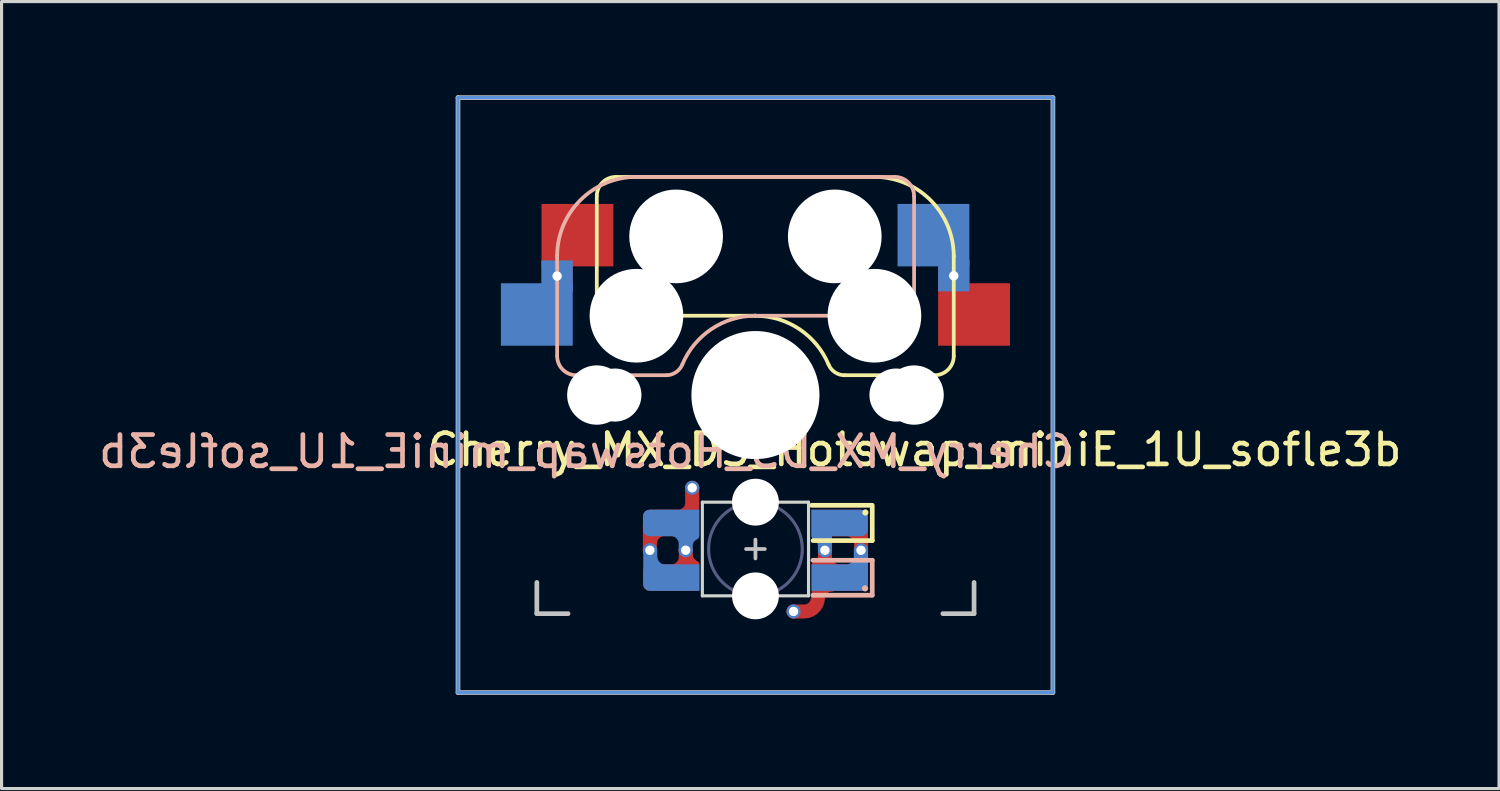
<source format=kicad_pcb>
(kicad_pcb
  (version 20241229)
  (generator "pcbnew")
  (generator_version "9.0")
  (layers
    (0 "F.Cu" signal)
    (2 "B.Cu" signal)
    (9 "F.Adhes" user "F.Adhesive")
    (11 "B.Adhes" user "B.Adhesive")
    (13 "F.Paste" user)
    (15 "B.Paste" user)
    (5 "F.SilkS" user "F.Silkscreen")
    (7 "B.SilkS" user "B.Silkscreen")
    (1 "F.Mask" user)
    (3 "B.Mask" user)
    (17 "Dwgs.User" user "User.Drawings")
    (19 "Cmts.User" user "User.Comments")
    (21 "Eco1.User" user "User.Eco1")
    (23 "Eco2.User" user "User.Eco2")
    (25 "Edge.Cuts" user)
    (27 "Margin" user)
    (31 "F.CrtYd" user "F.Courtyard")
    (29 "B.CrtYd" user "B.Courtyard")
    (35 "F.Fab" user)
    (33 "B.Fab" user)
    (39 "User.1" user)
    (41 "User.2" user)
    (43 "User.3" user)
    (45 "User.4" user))
  (footprint "Cherry_MX_DS_Hotswap_miniE_1U_sofle3b"
    (layer "F.Cu")
    (at 21.14 9.6)
    (property "Reference" "Cherry_MX_DS_Hotswap_miniE_1U_sofle3b" (at -5.42 1.81 0) (layer "B.SilkS") (effects (font (size 1 1) (thickness 0.15)) (justify mirror)))
    (attr through_hole)
    (fp_line (start -5.08 -6.36) (end -5.08 -2.54) (stroke (width 0.12) (type solid)) (layer "F.SilkS"))
    (fp_line (start -5.08 -2.54) (end -5.08 -2.54) (stroke (width 0.12) (type solid)) (layer "F.SilkS"))
    (fp_line (start -5.08 -2.54) (end -5.08 -2.54) (stroke (width 0.12) (type solid)) (layer "F.SilkS"))
    (fp_line (start -4.46 -6.985) (end 3.81 -6.985) (stroke (width 0.12) (type solid)) (layer "F.SilkS"))
    (fp_line (start 0 -2.54) (end -5.08 -2.54) (stroke (width 0.12) (type solid)) (layer "F.SilkS"))
    (fp_line (start 0 -2.54) (end 0 -2.54) (stroke (width 0.12) (type solid)) (layer "F.SilkS"))
    (fp_line (start 1.8 3.53) (end 3.724 3.53) (stroke (width 0.15) (type solid)) (layer "F.SilkS"))
    (fp_line (start 2.86 -0.635) (end 5.72 -0.635) (stroke (width 0.12) (type solid)) (layer "F.SilkS"))
    (fp_line (start 3.74 3.53) (end 3.74 4.66) (stroke (width 0.15) (type solid)) (layer "F.SilkS"))
    (fp_line (start 3.74 4.66) (end 1.846 4.66) (stroke (width 0.15) (type solid)) (layer "F.SilkS"))
    (fp_line (start 3.81 -6.985) (end 3.81 -6.985) (stroke (width 0.12) (type solid)) (layer "F.SilkS"))
    (fp_line (start 6.35 -4.445) (end 6.35 -4.445) (stroke (width 0.12) (type solid)) (layer "F.SilkS"))
    (fp_line (start 6.35 -1.25) (end 6.35 -4.445) (stroke (width 0.12) (type solid)) (layer "F.SilkS"))
    (fp_arc (start -5.08 -6.37) (mid -4.899871 -6.804871) (end -4.465 -6.985) (stroke (width 0.12) (type default)) (layer "F.SilkS"))
    (fp_arc (start 0 -2.536928) (mid 1.405313 -2.11213) (end 2.34 -0.98) (stroke (width 0.12) (type solid)) (layer "F.SilkS"))
    (fp_arc (start 2.859999 -0.633863) (mid 2.547381 -0.727883) (end 2.34 -0.98) (stroke (width 0.12) (type default)) (layer "F.SilkS"))
    (fp_arc (start 3.81 -6.985) (mid 5.606051 -6.241051) (end 6.35 -4.445) (stroke (width 0.12) (type solid)) (layer "F.SilkS"))
    (fp_arc (start 6.350129 -1.25) (mid 6.169985 -0.815144) (end 5.735129 -0.635) (stroke (width 0.12) (type default)) (layer "F.SilkS"))
    (fp_circle (center 3.52 3.76) (end 3.62 3.76) (stroke (width 0) (type solid)) (fill yes) (layer "F.SilkS"))
    (fp_line (start -6.35 -4.445) (end -6.35 -4.445) (stroke (width 0.12) (type solid)) (layer "B.SilkS"))
    (fp_line (start -6.35 -4.445) (end -6.35 -1.26) (stroke (width 0.12) (type solid)) (layer "B.SilkS"))
    (fp_line (start -5.73 -0.635) (end -2.84 -0.635) (stroke (width 0.12) (type solid)) (layer "B.SilkS"))
    (fp_line (start -3.81 -6.985) (end -3.81 -6.985) (stroke (width 0.12) (type solid)) (layer "B.SilkS"))
    (fp_line (start -3.81 -6.985) (end 4.46 -6.985) (stroke (width 0.12) (type solid)) (layer "B.SilkS"))
    (fp_line (start 0 -2.54) (end 0 -2.54) (stroke (width 0.12) (type solid)) (layer "B.SilkS"))
    (fp_line (start 0 -2.54) (end 5.08 -2.54) (stroke (width 0.12) (type solid)) (layer "B.SilkS"))
    (fp_line (start 3.74 5.29) (end 1.84 5.29) (stroke (width 0.15) (type solid)) (layer "B.SilkS"))
    (fp_line (start 3.74 5.29) (end 3.74 6.41) (stroke (width 0.15) (type solid)) (layer "B.SilkS"))
    (fp_line (start 3.74 6.41) (end 1.84 6.41) (stroke (width 0.15) (type solid)) (layer "B.SilkS"))
    (fp_line (start 5.08 -6.37) (end 5.08 -2.54) (stroke (width 0.12) (type solid)) (layer "B.SilkS"))
    (fp_line (start 5.08 -2.54) (end 5.08 -2.54) (stroke (width 0.12) (type solid)) (layer "B.SilkS"))
    (fp_line (start 5.08 -2.54) (end 5.08 -2.54) (stroke (width 0.12) (type solid)) (layer "B.SilkS"))
    (fp_arc (start -6.35 -4.445) (mid -5.606051 -6.241051) (end -3.81 -6.985) (stroke (width 0.12) (type solid)) (layer "B.SilkS"))
    (fp_arc (start -5.735 -0.635) (mid -6.169871 -0.815129) (end -6.35 -1.25) (stroke (width 0.12) (type default)) (layer "B.SilkS"))
    (fp_arc (start -2.34 -0.983072) (mid -1.405313 -2.115202) (end 0 -2.54) (stroke (width 0.12) (type solid)) (layer "B.SilkS"))
    (fp_arc (start -2.34 -0.980845) (mid -2.539137 -0.734326) (end -2.840072 -0.635) (stroke (width 0.12) (type default)) (layer "B.SilkS"))
    (fp_arc (start 4.465129 -6.985) (mid 4.899999 -6.80487) (end 5.080129 -6.37) (stroke (width 0.12) (type default)) (layer "B.SilkS"))
    (fp_circle (center 3.51 6.19) (end 3.41 6.19) (stroke (width 0) (type solid)) (fill yes) (layer "B.SilkS"))
    (fp_line (start -9.525 -9.525) (end 9.525 -9.525) (stroke (width 0.15) (type solid)) (layer "Dwgs.User"))
    (fp_line (start -9.525 9.525) (end -9.525 -9.525) (stroke (width 0.15) (type solid)) (layer "Dwgs.User"))
    (fp_line (start -7 6) (end -7 7) (stroke (width 0.15) (type solid)) (layer "Dwgs.User"))
    (fp_line (start -7 7) (end -6 7) (stroke (width 0.15) (type solid)) (layer "Dwgs.User"))
    (fp_line (start -0.3 4.93) (end 0.3 4.93) (stroke (width 0.12) (type solid)) (layer "Dwgs.User"))
    (fp_line (start 0 4.63) (end 0 5.23) (stroke (width 0.12) (type solid)) (layer "Dwgs.User"))
    (fp_line (start 6 7) (end 7 7) (stroke (width 0.15) (type solid)) (layer "Dwgs.User"))
    (fp_line (start 7 7) (end 7 6) (stroke (width 0.15) (type solid)) (layer "Dwgs.User"))
    (fp_line (start 9.525 -9.525) (end 9.525 9.525) (stroke (width 0.15) (type solid)) (layer "Dwgs.User"))
    (fp_line (start 9.525 9.525) (end -9.525 9.525) (stroke (width 0.15) (type solid)) (layer "Dwgs.User"))
    (fp_line (start -9.525 -9.525) (end -9.525 9.525) (stroke (width 0.1) (type solid)) (layer "Cmts.User"))
    (fp_line (start 9.525 -9.525) (end -9.525 -9.525) (stroke (width 0.1) (type solid)) (layer "Cmts.User"))
    (fp_line (start 9.525 -9.525) (end 9.525 9.525) (stroke (width 0.1) (type solid)) (layer "Cmts.User"))
    (fp_line (start 9.525 9.525) (end -9.525 9.525) (stroke (width 0.1) (type solid)) (layer "Cmts.User"))
    (fp_line (start -1.7 6.43) (end -1.7 3.43) (stroke (width 0.1) (type solid)) (layer "Edge.Cuts"))
    (fp_line (start 1.7 3.43) (end -1.7 3.43) (stroke (width 0.1) (type solid)) (layer "Edge.Cuts"))
    (fp_line (start 1.7 3.43) (end 1.7 6.43) (stroke (width 0.1) (type solid)) (layer "Edge.Cuts"))
    (fp_line (start 1.7 6.43) (end -1.7 6.43) (stroke (width 0.1) (type solid)) (layer "Edge.Cuts"))
    (fp_circle (center 0 4.93) (end 0 6.43) (stroke (width 0.1) (type solid)) (fill no) (layer "B.Fab"))
    (fp_rect (start 7 -7) (end -7 7) (stroke (width 0.12) (type default)) (fill no) (layer "User.4"))
    (fp_text user "${REFERENCE}" (at 5.09 1.75 0) (layer "F.SilkS") (effects (font (size 1 1) (thickness 0.15))))
    (pad "" np_thru_hole circle (at -5.08 0) (size 1.9 1.9) (drill 1.9) (layers "*.Cu" "*.Mask"))
    (pad "" np_thru_hole circle (at -4.5 0) (size 1.7 1.7) (drill 1.7) (layers "*.Cu" "*.Mask"))
    (pad "" np_thru_hole circle (at -3.81 -2.54 180) (size 3 3) (drill 3) (layers "*.Cu" "*.Mask"))
    (pad "" smd roundrect (at -2.69 5.845 180) (size 1.82 0.85) (layers "F.Mask") (roundrect_rratio 0.25) (chamfer_ratio 0) (chamfer top_left bottom_left))
    (pad "" smd roundrect (at -2.69 4.095) (size 1.82 0.85) (layers "B.Mask") (roundrect_rratio 0.25) (chamfer_ratio 0) (chamfer top_right bottom_right))
    (pad "" smd roundrect (at -2.69 4.095 180) (size 1.82 0.84) (layers "F.Mask") (roundrect_rratio 0.25) (chamfer_ratio 0) (chamfer top_left bottom_left))
    (pad "" smd roundrect (at -2.685 5.855) (size 1.83 0.85) (layers "B.Mask") (roundrect_rratio 0.25) (chamfer_ratio 0) (chamfer top_right bottom_right))
    (pad "" np_thru_hole circle (at -2.54 -5.08 180) (size 3 3) (drill 3) (layers "*.Cu" "*.Mask"))
    (pad "" np_thru_hole circle (at 0 0 90) (size 4.1 4.1) (drill 4.1) (layers "*.Cu" "*.Mask"))
    (pad "" np_thru_hole circle (at 0 3.43) (size 1.5 1.5) (drill 1.5) (layers "*.Cu" "*.Mask"))
    (pad "" np_thru_hole circle (at 0 6.43) (size 1.5 1.5) (drill 1.5) (layers "*.Cu" "*.Mask"))
    (pad "" smd rect (at 2.47 5.85 180) (size 1.38 0.84) (layers "B.Mask"))
    (pad "" smd rect (at 2.47 4.09) (size 1.38 0.84) (layers "F.Mask"))
    (pad "" np_thru_hole circle (at 2.54 -5.08 180) (size 3 3) (drill 3) (layers "*.Cu" "*.Mask"))
    (pad "" smd roundrect (at 2.685 4.095 180) (size 1.83 0.85) (layers "B.Mask") (roundrect_rratio 0.25) (chamfer_ratio 0) (chamfer top_right bottom_right))
    (pad "" smd roundrect (at 2.69 5.84) (size 1.82 0.84) (layers "F.Mask") (roundrect_rratio 0.25) (chamfer_ratio 0) (chamfer top_left bottom_left))
    (pad "" smd roundrect (at 2.855 5.85 180) (size 1.49 0.84) (layers "B.Mask") (roundrect_rratio 0.25) (chamfer_ratio 0.5) (chamfer top_left))
    (pad "" smd roundrect (at 2.855 4.09) (size 1.49 0.84) (layers "F.Mask") (roundrect_rratio 0.25) (chamfer_ratio 0.5) (chamfer top_right))
    (pad "" np_thru_hole circle (at 3.81 -2.54 180) (size 3 3) (drill 3) (layers "*.Cu" "*.Mask"))
    (pad "" np_thru_hole circle (at 4.5 0) (size 1.7 1.7) (drill 1.7) (layers "*.Cu" "*.Mask"))
    (pad "" np_thru_hole circle (at 5.08 0) (size 1.9 1.9) (drill 1.9) (layers "*.Cu" "*.Mask"))
    (pad "1" smd custom (at -2.7 4.095 180) (size 0.85 0.85) (layers "B.Cu") (options (anchor circle)) (primitives (gr_arc (start 0 -0.225) (mid -0.311126 -0.353874) (end -0.44 -0.665) (width 0.4)) (gr_arc (start -0.588284 -0.744999) (mid -0.645593 -0.555573) (end -0.798298 -0.429684) (width 0.2)) (gr_line (start -0.466 -0.184) (end -0.466 -0.874) (width 0.45)) (gr_poly (pts (xy 0.9 -0.212) (xy 0.884 -0.294) (xy 0.838 -0.363) (xy 0.769 -0.409) (xy 0.688 -0.425) (xy -0.9 -0.425) (xy -0.9 0.425) (xy 0.688 0.425) (xy 0.769 0.409) (xy 0.838 0.363) (xy 0.884 0.294) (xy 0.9 0.212)) (width 0) (fill yes))))
    (pad "1" smd custom (at -2.7 5.845 180) (size 0.85 0.85) (layers "F.Cu") (options (anchor circle)) (primitives (gr_poly (pts (xy 0.9 -0.212) (xy 0.884 -0.294) (xy 0.838 -0.363) (xy 0.769 -0.409) (xy 0.688 -0.425) (xy -0.9 -0.425) (xy -0.9 0.425) (xy 0.688 0.425) (xy 0.769 0.409) (xy 0.838 0.363) (xy 0.884 0.294) (xy 0.9 0.212)) (width 0) (fill yes)) (gr_arc (start -0.445 0.665) (mid -0.316126 0.353874) (end -0.005 0.225) (width 0.4)) (gr_arc (start -0.802705 0.435002) (mid -0.650002 0.56089) (end -0.592691 0.750315) (width 0.2)) (gr_line (start -0.47 0.275) (end -0.47 0.875) (width 0.45))))
    (pad "1" thru_hole circle (at -2.234 4.969) (size 0.45 0.45) (drill 0.3) (layers "*.Cu"))
    (pad "2" thru_hole circle (at -3.38 4.97) (size 0.45 0.45) (drill 0.3) (layers "*.Cu"))
    (pad "2" smd custom (at -2.7 4.095) (size 0.85 0.85) (layers "F.Cu") (options (anchor circle)) (primitives (gr_poly (pts (xy 0.9 -0.425) (xy -0.688 -0.425) (xy -0.769 -0.409) (xy -0.838 -0.363) (xy -0.884 -0.294) (xy -0.9 -0.212) (xy -0.9 0.212) (xy -0.884 0.294) (xy -0.838 0.363) (xy -0.769 0.409) (xy -0.688 0.425) (xy 0.9 0.425)) (width 0) (fill yes)) (gr_line (start 0.675 -0.225) (end 0.675 -1.125) (width 0.45)) (gr_arc (start 0.675 -0.645) (mid 0.546126 -0.333874) (end 0.235 -0.205) (width 0.45)) (gr_line (start -0.68 0.075) (end -0.68 0.875) (width 0.45)) (gr_arc (start -0.655 0.665) (mid -0.526126 0.353874) (end -0.215 0.225) (width 0.4))))
    (pad "2" smd custom (at -2.693 5.845) (size 0.85 0.85) (layers "B.Cu") (options (anchor circle)) (primitives (gr_arc (start -0.205874 -0.226126) (mid -0.517 -0.355) (end -0.645874 -0.666126) (width 0.4)) (gr_line (start -0.675 -0.135) (end -0.675 -0.875) (width 0.45)) (gr_poly (pts (xy 0.9 -0.425) (xy -0.9 -0.425) (xy -0.9 0.212) (xy -0.884 0.294) (xy -0.838 0.363) (xy -0.769 0.409) (xy -0.688 0.425) (xy 0.9 0.425)) (width 0) (fill yes))))
    (pad "2" thru_hole circle (at -2.025 2.97) (size 0.45 0.45) (drill 0.3) (layers "*.Cu"))
    (pad "3" smd custom (at 2.7 4.1) (size 0.85 0.85) (layers "F.Cu") (options (anchor circle)) (primitives (gr_arc (start 0.215 0.225) (mid 0.526126 0.353874) (end 0.655 0.665) (width 0.4)) (gr_line (start 0.68 0.875) (end 0.68 0.275) (width 0.45)) (gr_poly (pts (xy -0.9 -0.425) (xy 0.688 -0.425) (xy 0.769 -0.409) (xy 0.838 -0.363) (xy 0.884 -0.294) (xy 0.9 -0.212) (xy 0.9 0.212) (xy 0.884 0.294) (xy 0.838 0.363) (xy 0.769 0.409) (xy 0.688 0.425) (xy -0.9 0.425)) (width 0) (fill yes))))
    (pad "3" smd custom (at 2.705 5.845) (size 0.85 0.85) (layers "B.Cu") (options (anchor circle)) (primitives (gr_arc (start 0.645 -0.665) (mid 0.516126 -0.353874) (end 0.205 -0.225) (width 0.4)) (gr_poly (pts (xy 0.494 -0.354) (xy 0.85 -0.354) (xy 0.85 -0.887) (xy 0.494 -0.887)) (width 0.1) (fill yes)) (gr_poly (pts (xy 0.9 -0.425) (xy -0.91 -0.425) (xy -0.91 0.425) (xy 0.688 0.425) (xy 0.769 0.409) (xy 0.838 0.363) (xy 0.884 0.294) (xy 0.9 0.212)) (width 0) (fill yes))))
    (pad "3" thru_hole circle (at 3.38 4.97) (size 0.45 0.45) (drill 0.3) (layers "*.Cu"))
    (pad "4" thru_hole circle (at 1.22 6.93 180) (size 0.45 0.45) (drill 0.3) (layers "*.Cu"))
    (pad "4" thru_hole circle (at 2.225 4.97) (size 0.45 0.45) (drill 0.3) (layers "*.Cu"))
    (pad "4" smd custom (at 2.7 4.095 180) (size 0.85 0.85) (layers "B.Cu") (options (anchor circle)) (primitives (gr_line (start 0.475 -0.235) (end 0.475 -0.875) (width 0.45)) (gr_arc (start 0.81 -0.425001) (mid 0.657302 -0.550891) (end 0.600001 -0.740315) (width 0.2)) (gr_poly (pts (xy 0.91 -0.425) (xy -0.688 -0.425) (xy -0.769 -0.409) (xy -0.838 -0.363) (xy -0.884 -0.294) (xy -0.9 -0.212) (xy -0.9 0.212) (xy -0.884 0.294) (xy -0.838 0.363) (xy -0.769 0.409) (xy -0.688 0.425) (xy 0.91 0.425)) (width 0) (fill yes))))
    (pad "4" smd custom (at 2.7 5.845 180) (size 0.85 0.85) (layers "F.Cu") (options (anchor circle)) (primitives (gr_poly (pts (xy 0.9 -0.425) (xy -0.688 -0.425) (xy -0.769 -0.409) (xy -0.838 -0.363) (xy -0.884 -0.294) (xy -0.9 -0.212) (xy -0.9 0.212) (xy -0.884 0.294) (xy -0.838 0.363) (xy -0.769 0.409) (xy -0.688 0.425) (xy 0.9 0.425)) (width 0) (fill yes)) (gr_arc (start 0.01 0.225) (mid 0.321126 0.353874) (end 0.45 0.665) (width 0.4)) (gr_arc (start 0.589986 0.730315) (mid 0.647297 0.540891) (end 0.800002 0.415004) (width 0.2)) (gr_line (start 0.475 0.275) (end 0.475 0.875) (width 0.45)) (gr_arc (start 0.7 -0.645) (mid 0.828874 -0.956126) (end 1.14 -1.085) (width 0.45)) (gr_line (start 1.48 -1.085) (end 1.18 -1.085) (width 0.45)) (gr_line (start 0.7 -0.165) (end 0.7 -0.645) (width 0.4)) (gr_arc (start 0.7 -0.666126) (mid 0.571126 -0.355) (end 0.26 -0.226126) (width 0.45))))
    (pad "5" smd rect (at 5.7 -5.12 180) (size 2.3 2) (layers "B.Cu" "B.Mask" "B.Paste"))
    (pad "5" thru_hole rect (at 6.35 -3.82) (size 1 1) (drill 0.3) (layers "*.Cu"))
    (pad "5" smd rect (at 7 -2.58 180) (size 2.3 2) (layers "F.Cu" "F.Mask" "F.Paste"))
    (pad "6" smd rect (at -7 -2.58 180) (size 2.3 2) (layers "B.Cu" "B.Mask" "B.Paste"))
    (pad "6" thru_hole rect (at -6.35 -3.81) (size 1 1) (drill 0.3) (layers "*.Cu"))
    (pad "6" smd rect (at -5.7 -5.12 180) (size 2.3 2) (layers "F.Cu" "F.Mask" "F.Paste")))
  (gr_rect
    (start -3 -3)
    (end 44.95 22.2)
    (stroke (width 0.1) (type default))
    (fill no)
    (layer "Edge.Cuts")))
</source>
